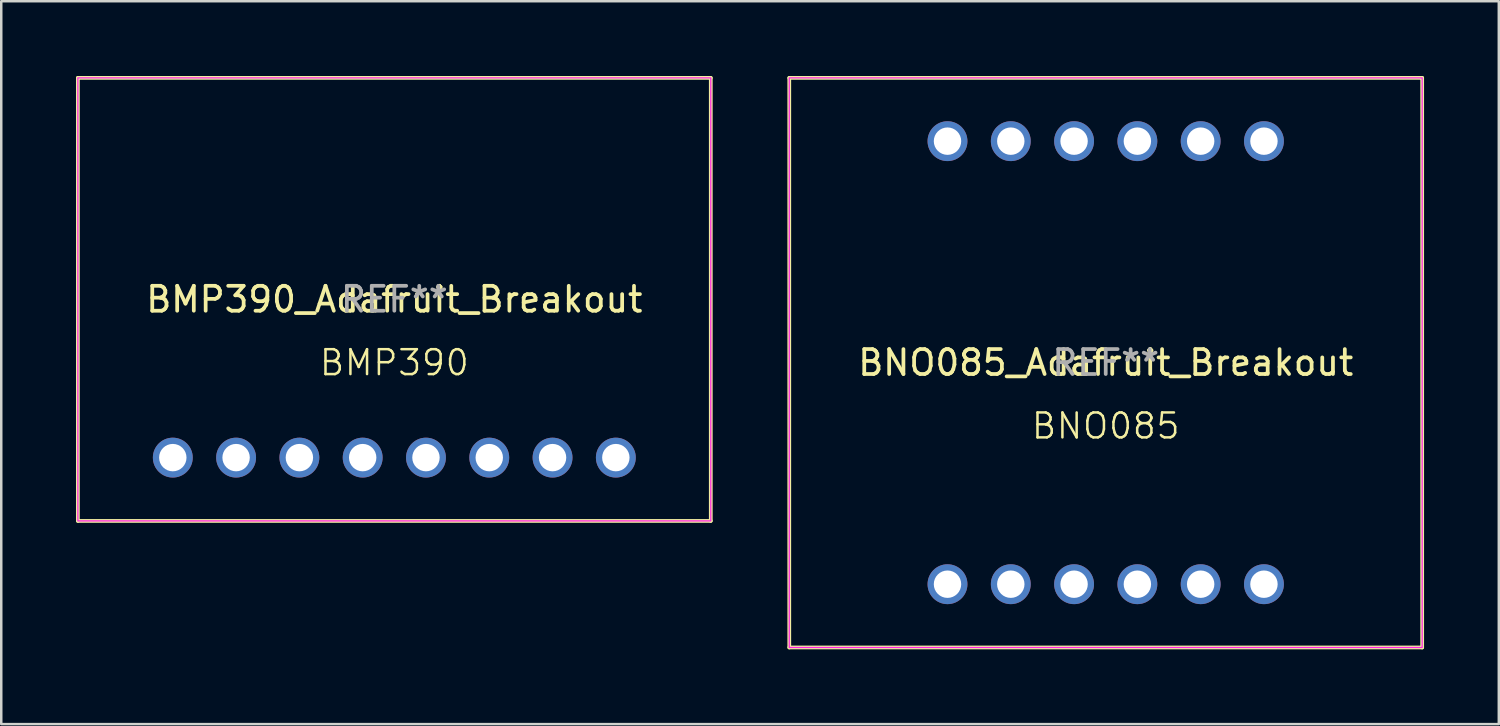
<source format=kicad_pcb>
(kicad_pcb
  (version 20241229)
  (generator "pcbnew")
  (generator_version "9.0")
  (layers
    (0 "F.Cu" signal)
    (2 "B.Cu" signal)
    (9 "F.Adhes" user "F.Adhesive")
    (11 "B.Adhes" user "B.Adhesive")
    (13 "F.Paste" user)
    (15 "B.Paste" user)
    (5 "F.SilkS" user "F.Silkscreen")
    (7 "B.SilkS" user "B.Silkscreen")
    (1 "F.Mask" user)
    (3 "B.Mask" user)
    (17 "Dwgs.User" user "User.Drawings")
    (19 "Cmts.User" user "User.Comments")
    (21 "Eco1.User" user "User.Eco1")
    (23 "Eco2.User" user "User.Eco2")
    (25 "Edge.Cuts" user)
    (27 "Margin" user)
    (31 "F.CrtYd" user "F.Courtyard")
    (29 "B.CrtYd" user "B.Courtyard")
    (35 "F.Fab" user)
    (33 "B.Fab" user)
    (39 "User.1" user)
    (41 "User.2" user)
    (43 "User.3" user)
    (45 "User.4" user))
  (footprint "BNO085_Adafruit_Breakout"
    (layer "F.Cu")
    (at 41.325 11.505)
    (property "Reference" "BNO085_Adafruit_Breakout" (at 0 0 0) (layer "F.SilkS") (effects (font (size 1 1) (thickness 0.15))))
    (attr through_hole)
    (fp_line (start -12.7 -11.43) (end 12.7 -11.43) (stroke (width 0.15) (type solid)) (layer "F.SilkS"))
    (fp_line (start -12.7 11.43) (end -12.7 -11.43) (stroke (width 0.15) (type solid)) (layer "F.SilkS"))
    (fp_line (start 12.7 -11.43) (end 12.7 11.43) (stroke (width 0.15) (type solid)) (layer "F.SilkS"))
    (fp_line (start 12.7 11.43) (end -12.7 11.43) (stroke (width 0.15) (type solid)) (layer "F.SilkS"))
    (fp_rect (start -12.7 -11.43) (end 12.7 11.43) (stroke (width 0.05) (type default)) (fill no) (layer "F.CrtYd"))
    (fp_text user "BNO085" (at 0 2.54 0) (unlocked yes) (layer "F.SilkS") (effects (font (size 1 1) (thickness 0.1))))
    (fp_text user "REF**" (at 0 0 0) (layer "F.Fab") (effects (font (size 1 1) (thickness 0.15))))
    (pad "1" thru_hole circle (at -6.35 8.89) (size 1.6 1.6) (drill 1.1) (layers "*.Cu" "*.Mask"))
    (pad "2" thru_hole circle (at -3.81 8.89) (size 1.6 1.6) (drill 1.1) (layers "*.Cu" "*.Mask"))
    (pad "3" thru_hole circle (at -1.27 8.89) (size 1.6 1.6) (drill 1.1) (layers "*.Cu" "*.Mask"))
    (pad "4" thru_hole circle (at 1.27 8.89) (size 1.6 1.6) (drill 1.1) (layers "*.Cu" "*.Mask"))
    (pad "5" thru_hole circle (at 3.81 8.89) (size 1.6 1.6) (drill 1.1) (layers "*.Cu" "*.Mask"))
    (pad "6" thru_hole circle (at 6.35 8.89) (size 1.6 1.6) (drill 1.1) (layers "*.Cu" "*.Mask"))
    (pad "7" thru_hole circle (at 6.35 -8.89) (size 1.6 1.6) (drill 1.1) (layers "*.Cu" "*.Mask"))
    (pad "8" thru_hole circle (at 3.81 -8.89) (size 1.6 1.6) (drill 1.1) (layers "*.Cu" "*.Mask"))
    (pad "9" thru_hole circle (at 1.27 -8.89) (size 1.6 1.6) (drill 1.1) (layers "*.Cu" "*.Mask"))
    (pad "10" thru_hole circle (at -1.27 -8.89) (size 1.6 1.6) (drill 1.1) (layers "*.Cu" "*.Mask"))
    (pad "11" thru_hole circle (at -3.81 -8.89) (size 1.6 1.6) (drill 1.1) (layers "*.Cu" "*.Mask"))
    (pad "12" thru_hole circle (at -6.35 -8.89) (size 1.6 1.6) (drill 1.1) (layers "*.Cu" "*.Mask")))
  (footprint "BMP390_Adafruit_Breakout"
    (layer "F.Cu")
    (at 12.775 8.965)
    (property "Reference" "BMP390_Adafruit_Breakout" (at 0 0 0) (layer "F.SilkS") (effects (font (size 1 1) (thickness 0.15))))
    (attr through_hole)
    (fp_line (start -12.7 -8.89) (end 12.7 -8.89) (stroke (width 0.15) (type solid)) (layer "F.SilkS"))
    (fp_line (start -12.7 8.89) (end -12.7 -8.89) (stroke (width 0.15) (type solid)) (layer "F.SilkS"))
    (fp_line (start 12.7 -8.89) (end 12.7 8.89) (stroke (width 0.15) (type solid)) (layer "F.SilkS"))
    (fp_line (start 12.7 8.89) (end -12.7 8.89) (stroke (width 0.15) (type solid)) (layer "F.SilkS"))
    (fp_rect (start -12.7 -8.89) (end 12.7 8.89) (stroke (width 0.05) (type default)) (fill no) (layer "F.CrtYd"))
    (fp_text user "BMP390" (at 0 2.54 0) (unlocked yes) (layer "F.SilkS") (effects (font (size 1 1) (thickness 0.1))))
    (fp_text user "REF**" (at 0 0 0) (layer "F.Fab") (effects (font (size 1 1) (thickness 0.15))))
    (pad "1" thru_hole circle (at -8.89 6.35) (size 1.6 1.6) (drill 1.1) (layers "*.Cu" "*.Mask"))
    (pad "2" thru_hole circle (at -6.35 6.35) (size 1.6 1.6) (drill 1.1) (layers "*.Cu" "*.Mask"))
    (pad "3" thru_hole circle (at -3.81 6.35) (size 1.6 1.6) (drill 1.1) (layers "*.Cu" "*.Mask"))
    (pad "4" thru_hole circle (at -1.27 6.35) (size 1.6 1.6) (drill 1.1) (layers "*.Cu" "*.Mask"))
    (pad "5" thru_hole circle (at 1.27 6.35) (size 1.6 1.6) (drill 1.1) (layers "*.Cu" "*.Mask"))
    (pad "6" thru_hole circle (at 3.81 6.35) (size 1.6 1.6) (drill 1.1) (layers "*.Cu" "*.Mask"))
    (pad "7" thru_hole circle (at 6.35 6.35) (size 1.6 1.6) (drill 1.1) (layers "*.Cu" "*.Mask"))
    (pad "8" thru_hole circle (at 8.89 6.35) (size 1.6 1.6) (drill 1.1) (layers "*.Cu" "*.Mask")))
  (gr_rect
    (start -3 -3)
    (end 57.1 26.01)
    (stroke (width 0.1) (type default))
    (fill no)
    (layer "Edge.Cuts")))
</source>
